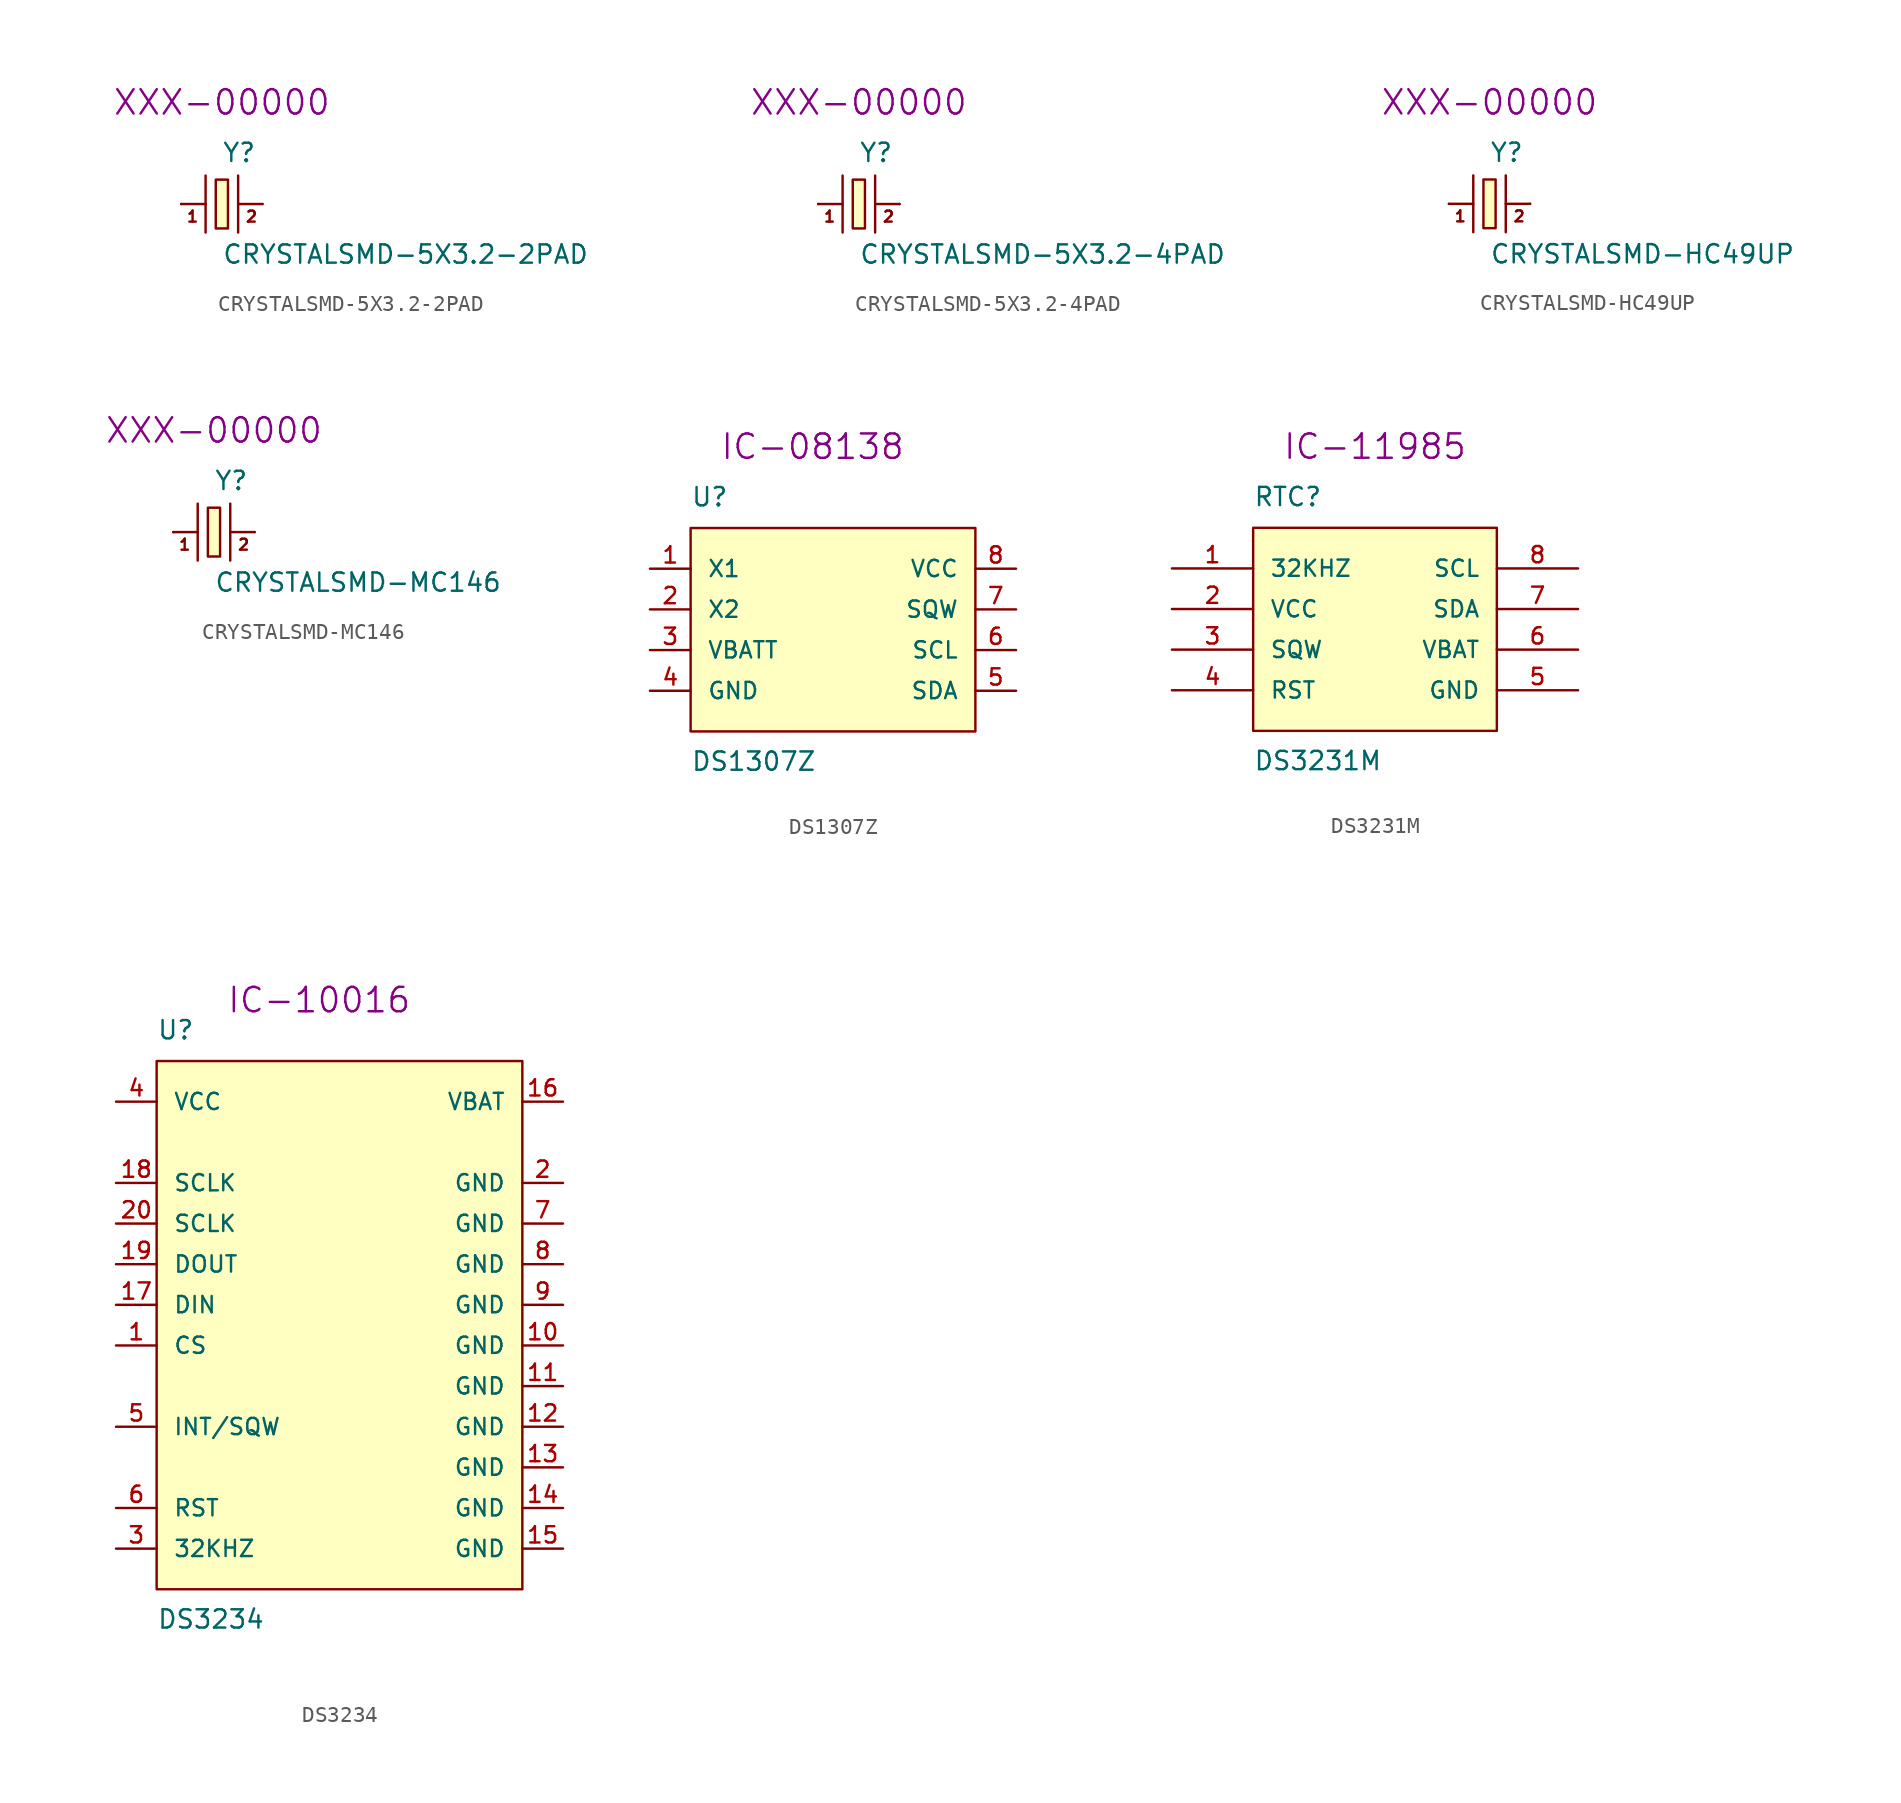
<source format=kicad_sym>
(kicad_symbol_lib
  (version 20211014)
  (generator kicad_symbol_editor)
  (symbol "CRYSTALSMD-5X3.2-2PAD"
    (pin_numbers hide)
    (pin_names
      (offset 1.016) hide)
    (property "Reference" "Y"
      (at 0 2.54 0)
      (effects (font (size 1.143 1.143)) (justify left bottom)))
    (property "Value" "CRYSTALSMD-5X3.2-2PAD"
      (at 0 -3.81 0)
      (effects (font (size 1.143 1.143)) (justify left bottom)))
    (property "Field4" "XXX-00000"
      (at 0 6.35 0)
      (effects (font (size 1.524 1.524))))
    (property "ki_locked" ""
      (at 0 0 0)
      (effects (font (size 1.27 1.27))))
    (symbol "CRYSTALSMD-5X3.2-2PAD_1_0"
      (polyline (pts (xy -2.54 0) (xy -1.016 0)) (stroke (width 0) (type default) (color 0 0 0 0)) (fill (type none)))
      (polyline (pts (xy -1.016 1.778) (xy -1.016 -1.778)) (stroke (width 0) (type default) (color 0 0 0 0)) (fill (type none)))
      (polyline (pts (xy 1.016 0) (xy 2.54 0)) (stroke (width 0) (type default) (color 0 0 0 0)) (fill (type none)))
      (polyline (pts (xy 1.016 1.778) (xy 1.016 -1.778)) (stroke (width 0) (type default) (color 0 0 0 0)) (fill (type none)))
      (text "1" (at -1.829 -0.787 0) (effects (font (size 0.686 0.686))))
      (text "2" (at 1.854 -0.787 0) (effects (font (size 0.686 0.686)))))
    (symbol "CRYSTALSMD-5X3.2-2PAD_1_1"
      (polyline (pts (xy -0.381 1.524) (xy -0.381 -1.524) (xy 0.381 -1.524) (xy 0.381 1.524) (xy -0.381 1.524)) (stroke (width 0) (type default) (color 0 0 0 0)) (fill (type background)))
      (pin passive line (at -2.54 0 0) (length 0) (name "1" (effects (font (size 1.016 1.016)))) (number "P$1" (effects (font (size 1.016 1.016)))))
      (pin passive line (at 2.54 0 180) (length 0) (name "2" (effects (font (size 1.016 1.016)))) (number "P$2" (effects (font (size 1.016 1.016)))))))
  (symbol "CRYSTALSMD-5X3.2-4PAD"
    (pin_numbers hide)
    (pin_names
      (offset 1.016) hide)
    (property "Reference" "Y"
      (at 0 2.54 0)
      (effects (font (size 1.143 1.143)) (justify left bottom)))
    (property "Value" "CRYSTALSMD-5X3.2-4PAD"
      (at 0 -3.81 0)
      (effects (font (size 1.143 1.143)) (justify left bottom)))
    (property "Field4" "XXX-00000"
      (at 0 6.35 0)
      (effects (font (size 1.524 1.524))))
    (property "ki_locked" ""
      (at 0 0 0)
      (effects (font (size 1.27 1.27))))
    (symbol "CRYSTALSMD-5X3.2-4PAD_1_0"
      (polyline (pts (xy -2.54 0) (xy -1.016 0)) (stroke (width 0) (type default) (color 0 0 0 0)) (fill (type none)))
      (polyline (pts (xy -1.016 1.778) (xy -1.016 -1.778)) (stroke (width 0) (type default) (color 0 0 0 0)) (fill (type none)))
      (polyline (pts (xy 1.016 0) (xy 2.54 0)) (stroke (width 0) (type default) (color 0 0 0 0)) (fill (type none)))
      (polyline (pts (xy 1.016 1.778) (xy 1.016 -1.778)) (stroke (width 0) (type default) (color 0 0 0 0)) (fill (type none)))
      (text "1" (at -1.829 -0.787 0) (effects (font (size 0.686 0.686))))
      (text "2" (at 1.854 -0.787 0) (effects (font (size 0.686 0.686)))))
    (symbol "CRYSTALSMD-5X3.2-4PAD_1_1"
      (polyline (pts (xy -0.381 1.524) (xy -0.381 -1.524) (xy 0.381 -1.524) (xy 0.381 1.524) (xy -0.381 1.524)) (stroke (width 0) (type default) (color 0 0 0 0)) (fill (type background)))
      (pin passive line (at -2.54 0 0) (length 0) (name "1" (effects (font (size 1.016 1.016)))) (number "1" (effects (font (size 1.016 1.016)))))
      (pin passive line (at 2.54 0 180) (length 0) (name "2" (effects (font (size 1.016 1.016)))) (number "3" (effects (font (size 1.016 1.016)))))))
  (symbol "CRYSTALSMD-HC49UP"
    (pin_numbers hide)
    (pin_names
      (offset 1.016) hide)
    (property "Reference" "Y"
      (at 0 2.54 0)
      (effects (font (size 1.143 1.143)) (justify left bottom)))
    (property "Value" "CRYSTALSMD-HC49UP"
      (at 0 -3.81 0)
      (effects (font (size 1.143 1.143)) (justify left bottom)))
    (property "Field4" "XXX-00000"
      (at 0 6.35 0)
      (effects (font (size 1.524 1.524))))
    (property "ki_locked" ""
      (at 0 0 0)
      (effects (font (size 1.27 1.27))))
    (symbol "CRYSTALSMD-HC49UP_1_0"
      (polyline (pts (xy -2.54 0) (xy -1.016 0)) (stroke (width 0) (type default) (color 0 0 0 0)) (fill (type none)))
      (polyline (pts (xy -1.016 1.778) (xy -1.016 -1.778)) (stroke (width 0) (type default) (color 0 0 0 0)) (fill (type none)))
      (polyline (pts (xy 1.016 0) (xy 2.54 0)) (stroke (width 0) (type default) (color 0 0 0 0)) (fill (type none)))
      (polyline (pts (xy 1.016 1.778) (xy 1.016 -1.778)) (stroke (width 0) (type default) (color 0 0 0 0)) (fill (type none)))
      (text "1" (at -1.829 -0.787 0) (effects (font (size 0.686 0.686))))
      (text "2" (at 1.854 -0.787 0) (effects (font (size 0.686 0.686)))))
    (symbol "CRYSTALSMD-HC49UP_1_1"
      (polyline (pts (xy -0.381 1.524) (xy -0.381 -1.524) (xy 0.381 -1.524) (xy 0.381 1.524) (xy -0.381 1.524)) (stroke (width 0) (type default) (color 0 0 0 0)) (fill (type background)))
      (pin passive line (at -2.54 0 0) (length 0) (name "1" (effects (font (size 1.016 1.016)))) (number "1" (effects (font (size 1.016 1.016)))))
      (pin passive line (at 2.54 0 180) (length 0) (name "2" (effects (font (size 1.016 1.016)))) (number "2" (effects (font (size 1.016 1.016)))))))
  (symbol "CRYSTALSMD-MC146"
    (pin_numbers hide)
    (pin_names
      (offset 1.016) hide)
    (property "Reference" "Y"
      (at 0 2.54 0)
      (effects (font (size 1.143 1.143)) (justify left bottom)))
    (property "Value" "CRYSTALSMD-MC146"
      (at 0 -3.81 0)
      (effects (font (size 1.143 1.143)) (justify left bottom)))
    (property "Field4" "XXX-00000"
      (at 0 6.35 0)
      (effects (font (size 1.524 1.524))))
    (property "ki_locked" ""
      (at 0 0 0)
      (effects (font (size 1.27 1.27))))
    (symbol "CRYSTALSMD-MC146_1_0"
      (polyline (pts (xy -2.54 0) (xy -1.016 0)) (stroke (width 0) (type default) (color 0 0 0 0)) (fill (type none)))
      (polyline (pts (xy -1.016 1.778) (xy -1.016 -1.778)) (stroke (width 0) (type default) (color 0 0 0 0)) (fill (type none)))
      (polyline (pts (xy 1.016 0) (xy 2.54 0)) (stroke (width 0) (type default) (color 0 0 0 0)) (fill (type none)))
      (polyline (pts (xy 1.016 1.778) (xy 1.016 -1.778)) (stroke (width 0) (type default) (color 0 0 0 0)) (fill (type none)))
      (text "1" (at -1.829 -0.787 0) (effects (font (size 0.686 0.686))))
      (text "2" (at 1.854 -0.787 0) (effects (font (size 0.686 0.686)))))
    (symbol "CRYSTALSMD-MC146_1_1"
      (polyline (pts (xy -0.381 1.524) (xy -0.381 -1.524) (xy 0.381 -1.524) (xy 0.381 1.524) (xy -0.381 1.524)) (stroke (width 0) (type default) (color 0 0 0 0)) (fill (type background)))
      (pin passive line (at 2.54 0 180) (length 0) (name "2" (effects (font (size 1.016 1.016)))) (number "P$1" (effects (font (size 1.016 1.016)))))
      (pin passive line (at -2.54 0 0) (length 0) (name "1" (effects (font (size 1.016 1.016)))) (number "P$2" (effects (font (size 1.016 1.016)))))))
  (symbol "DS1307Z"
    (pin_names
      (offset 1.016))
    (property "Reference" "U"
      (at -7.62 6.35 0)
      (effects (font (size 1.143 1.143)) (justify left bottom)))
    (property "Value" "DS1307Z"
      (at -7.62 -10.16 0)
      (effects (font (size 1.143 1.143)) (justify left bottom)))
    (property "Field4" "IC-08138"
      (at 0 10.16 0)
      (effects (font (size 1.524 1.524))))
    (property "ki_locked" ""
      (at 0 0 0)
      (effects (font (size 1.27 1.27))))
    (symbol "DS1307Z_1_1"
      (polyline (pts (xy -7.62 5.08) (xy 10.16 5.08) (xy 10.16 -7.62) (xy -7.62 -7.62) (xy -7.62 5.08)) (stroke (width 0) (type default) (color 0 0 0 0)) (fill (type background)))
      (pin bidirectional line (at -10.16 2.54 0) (length 2.54) (name "X1" (effects (font (size 1.016 1.016)))) (number "1" (effects (font (size 1.016 1.016)))))
      (pin bidirectional line (at -10.16 0 0) (length 2.54) (name "X2" (effects (font (size 1.016 1.016)))) (number "2" (effects (font (size 1.016 1.016)))))
      (pin bidirectional line (at -10.16 -2.54 0) (length 2.54) (name "VBATT" (effects (font (size 1.016 1.016)))) (number "3" (effects (font (size 1.016 1.016)))))
      (pin bidirectional line (at -10.16 -5.08 0) (length 2.54) (name "GND" (effects (font (size 1.016 1.016)))) (number "4" (effects (font (size 1.016 1.016)))))
      (pin bidirectional line (at 12.7 -5.08 180) (length 2.54) (name "SDA" (effects (font (size 1.016 1.016)))) (number "5" (effects (font (size 1.016 1.016)))))
      (pin bidirectional line (at 12.7 -2.54 180) (length 2.54) (name "SCL" (effects (font (size 1.016 1.016)))) (number "6" (effects (font (size 1.016 1.016)))))
      (pin bidirectional line (at 12.7 0 180) (length 2.54) (name "SQW" (effects (font (size 1.016 1.016)))) (number "7" (effects (font (size 1.016 1.016)))))
      (pin bidirectional line (at 12.7 2.54 180) (length 2.54) (name "VCC" (effects (font (size 1.016 1.016)))) (number "8" (effects (font (size 1.016 1.016)))))))
  (symbol "DS3231M"
    (pin_names
      (offset 1.016))
    (property "Reference" "RTC"
      (at -7.62 8.89 0)
      (effects (font (size 1.143 1.143)) (justify left bottom)))
    (property "Value" "DS3231M"
      (at -7.62 -7.62 0)
      (effects (font (size 1.143 1.143)) (justify left bottom)))
    (property "Field4" "IC-11985"
      (at 0 12.7 0)
      (effects (font (size 1.524 1.524))))
    (property "ki_locked" ""
      (at 0 0 0)
      (effects (font (size 1.27 1.27))))
    (symbol "DS3231M_1_1"
      (polyline (pts (xy 7.62 -5.08) (xy -7.62 -5.08) (xy -7.62 7.62) (xy 7.62 7.62) (xy 7.62 -5.08)) (stroke (width 0) (type default) (color 0 0 0 0)) (fill (type background)))
      (pin output line (at -12.7 5.08 0) (length 5.08) (name "32KHZ" (effects (font (size 1.016 1.016)))) (number "1" (effects (font (size 1.016 1.016)))))
      (pin power_in line (at -12.7 2.54 0) (length 5.08) (name "VCC" (effects (font (size 1.016 1.016)))) (number "2" (effects (font (size 1.016 1.016)))))
      (pin output line (at -12.7 0 0) (length 5.08) (name "SQW" (effects (font (size 1.016 1.016)))) (number "3" (effects (font (size 1.016 1.016)))))
      (pin bidirectional line (at -12.7 -2.54 0) (length 5.08) (name "RST" (effects (font (size 1.016 1.016)))) (number "4" (effects (font (size 1.016 1.016)))))
      (pin power_in line (at 12.7 -2.54 180) (length 5.08) (name "GND" (effects (font (size 1.016 1.016)))) (number "5" (effects (font (size 1.016 1.016)))))
      (pin power_in line (at 12.7 0 180) (length 5.08) (name "VBAT" (effects (font (size 1.016 1.016)))) (number "6" (effects (font (size 1.016 1.016)))))
      (pin bidirectional line (at 12.7 2.54 180) (length 5.08) (name "SDA" (effects (font (size 1.016 1.016)))) (number "7" (effects (font (size 1.016 1.016)))))
      (pin bidirectional line (at 12.7 5.08 180) (length 5.08) (name "SCL" (effects (font (size 1.016 1.016)))) (number "8" (effects (font (size 1.016 1.016)))))))
  (symbol "DS3234"
    (pin_names
      (offset 1.016))
    (property "Reference" "U"
      (at -10.16 16.51 0)
      (effects (font (size 1.143 1.143)) (justify left bottom)))
    (property "Value" "DS3234"
      (at -10.16 -20.32 0)
      (effects (font (size 1.143 1.143)) (justify left bottom)))
    (property "Field4" "IC-10016"
      (at 0 19.05 0)
      (effects (font (size 1.524 1.524))))
    (property "ki_locked" ""
      (at 0 0 0)
      (effects (font (size 1.27 1.27))))
    (symbol "DS3234_1_1"
      (polyline (pts (xy -10.16 15.24) (xy -10.16 -17.78) (xy 12.7 -17.78) (xy 12.7 15.24) (xy -10.16 15.24)) (stroke (width 0) (type default) (color 0 0 0 0)) (fill (type background)))
      (pin bidirectional line (at -12.7 -2.54 0) (length 2.54) (name "CS" (effects (font (size 1.016 1.016)))) (number "1" (effects (font (size 1.016 1.016)))))
      (pin bidirectional line (at 15.24 -2.54 180) (length 2.54) (name "GND" (effects (font (size 1.016 1.016)))) (number "10" (effects (font (size 1.016 1.016)))))
      (pin bidirectional line (at 15.24 -5.08 180) (length 2.54) (name "GND" (effects (font (size 1.016 1.016)))) (number "11" (effects (font (size 1.016 1.016)))))
      (pin bidirectional line (at 15.24 -7.62 180) (length 2.54) (name "GND" (effects (font (size 1.016 1.016)))) (number "12" (effects (font (size 1.016 1.016)))))
      (pin bidirectional line (at 15.24 -10.16 180) (length 2.54) (name "GND" (effects (font (size 1.016 1.016)))) (number "13" (effects (font (size 1.016 1.016)))))
      (pin bidirectional line (at 15.24 -12.7 180) (length 2.54) (name "GND" (effects (font (size 1.016 1.016)))) (number "14" (effects (font (size 1.016 1.016)))))
      (pin bidirectional line (at 15.24 -15.24 180) (length 2.54) (name "GND" (effects (font (size 1.016 1.016)))) (number "15" (effects (font (size 1.016 1.016)))))
      (pin bidirectional line (at 15.24 12.7 180) (length 2.54) (name "VBAT" (effects (font (size 1.016 1.016)))) (number "16" (effects (font (size 1.016 1.016)))))
      (pin bidirectional line (at -12.7 0 0) (length 2.54) (name "DIN" (effects (font (size 1.016 1.016)))) (number "17" (effects (font (size 1.016 1.016)))))
      (pin bidirectional line (at -12.7 7.62 0) (length 2.54) (name "SCLK" (effects (font (size 1.016 1.016)))) (number "18" (effects (font (size 1.016 1.016)))))
      (pin bidirectional line (at -12.7 2.54 0) (length 2.54) (name "DOUT" (effects (font (size 1.016 1.016)))) (number "19" (effects (font (size 1.016 1.016)))))
      (pin bidirectional line (at 15.24 7.62 180) (length 2.54) (name "GND" (effects (font (size 1.016 1.016)))) (number "2" (effects (font (size 1.016 1.016)))))
      (pin bidirectional line (at -12.7 5.08 0) (length 2.54) (name "SCLK" (effects (font (size 1.016 1.016)))) (number "20" (effects (font (size 1.016 1.016)))))
      (pin bidirectional line (at -12.7 -15.24 0) (length 2.54) (name "32KHZ" (effects (font (size 1.016 1.016)))) (number "3" (effects (font (size 1.016 1.016)))))
      (pin bidirectional line (at -12.7 12.7 0) (length 2.54) (name "VCC" (effects (font (size 1.016 1.016)))) (number "4" (effects (font (size 1.016 1.016)))))
      (pin bidirectional line (at -12.7 -7.62 0) (length 2.54) (name "INT/SQW" (effects (font (size 1.016 1.016)))) (number "5" (effects (font (size 1.016 1.016)))))
      (pin bidirectional line (at -12.7 -12.7 0) (length 2.54) (name "RST" (effects (font (size 1.016 1.016)))) (number "6" (effects (font (size 1.016 1.016)))))
      (pin bidirectional line (at 15.24 5.08 180) (length 2.54) (name "GND" (effects (font (size 1.016 1.016)))) (number "7" (effects (font (size 1.016 1.016)))))
      (pin bidirectional line (at 15.24 2.54 180) (length 2.54) (name "GND" (effects (font (size 1.016 1.016)))) (number "8" (effects (font (size 1.016 1.016)))))
      (pin bidirectional line (at 15.24 0 180) (length 2.54) (name "GND" (effects (font (size 1.016 1.016)))) (number "9" (effects (font (size 1.016 1.016))))))))
</source>
